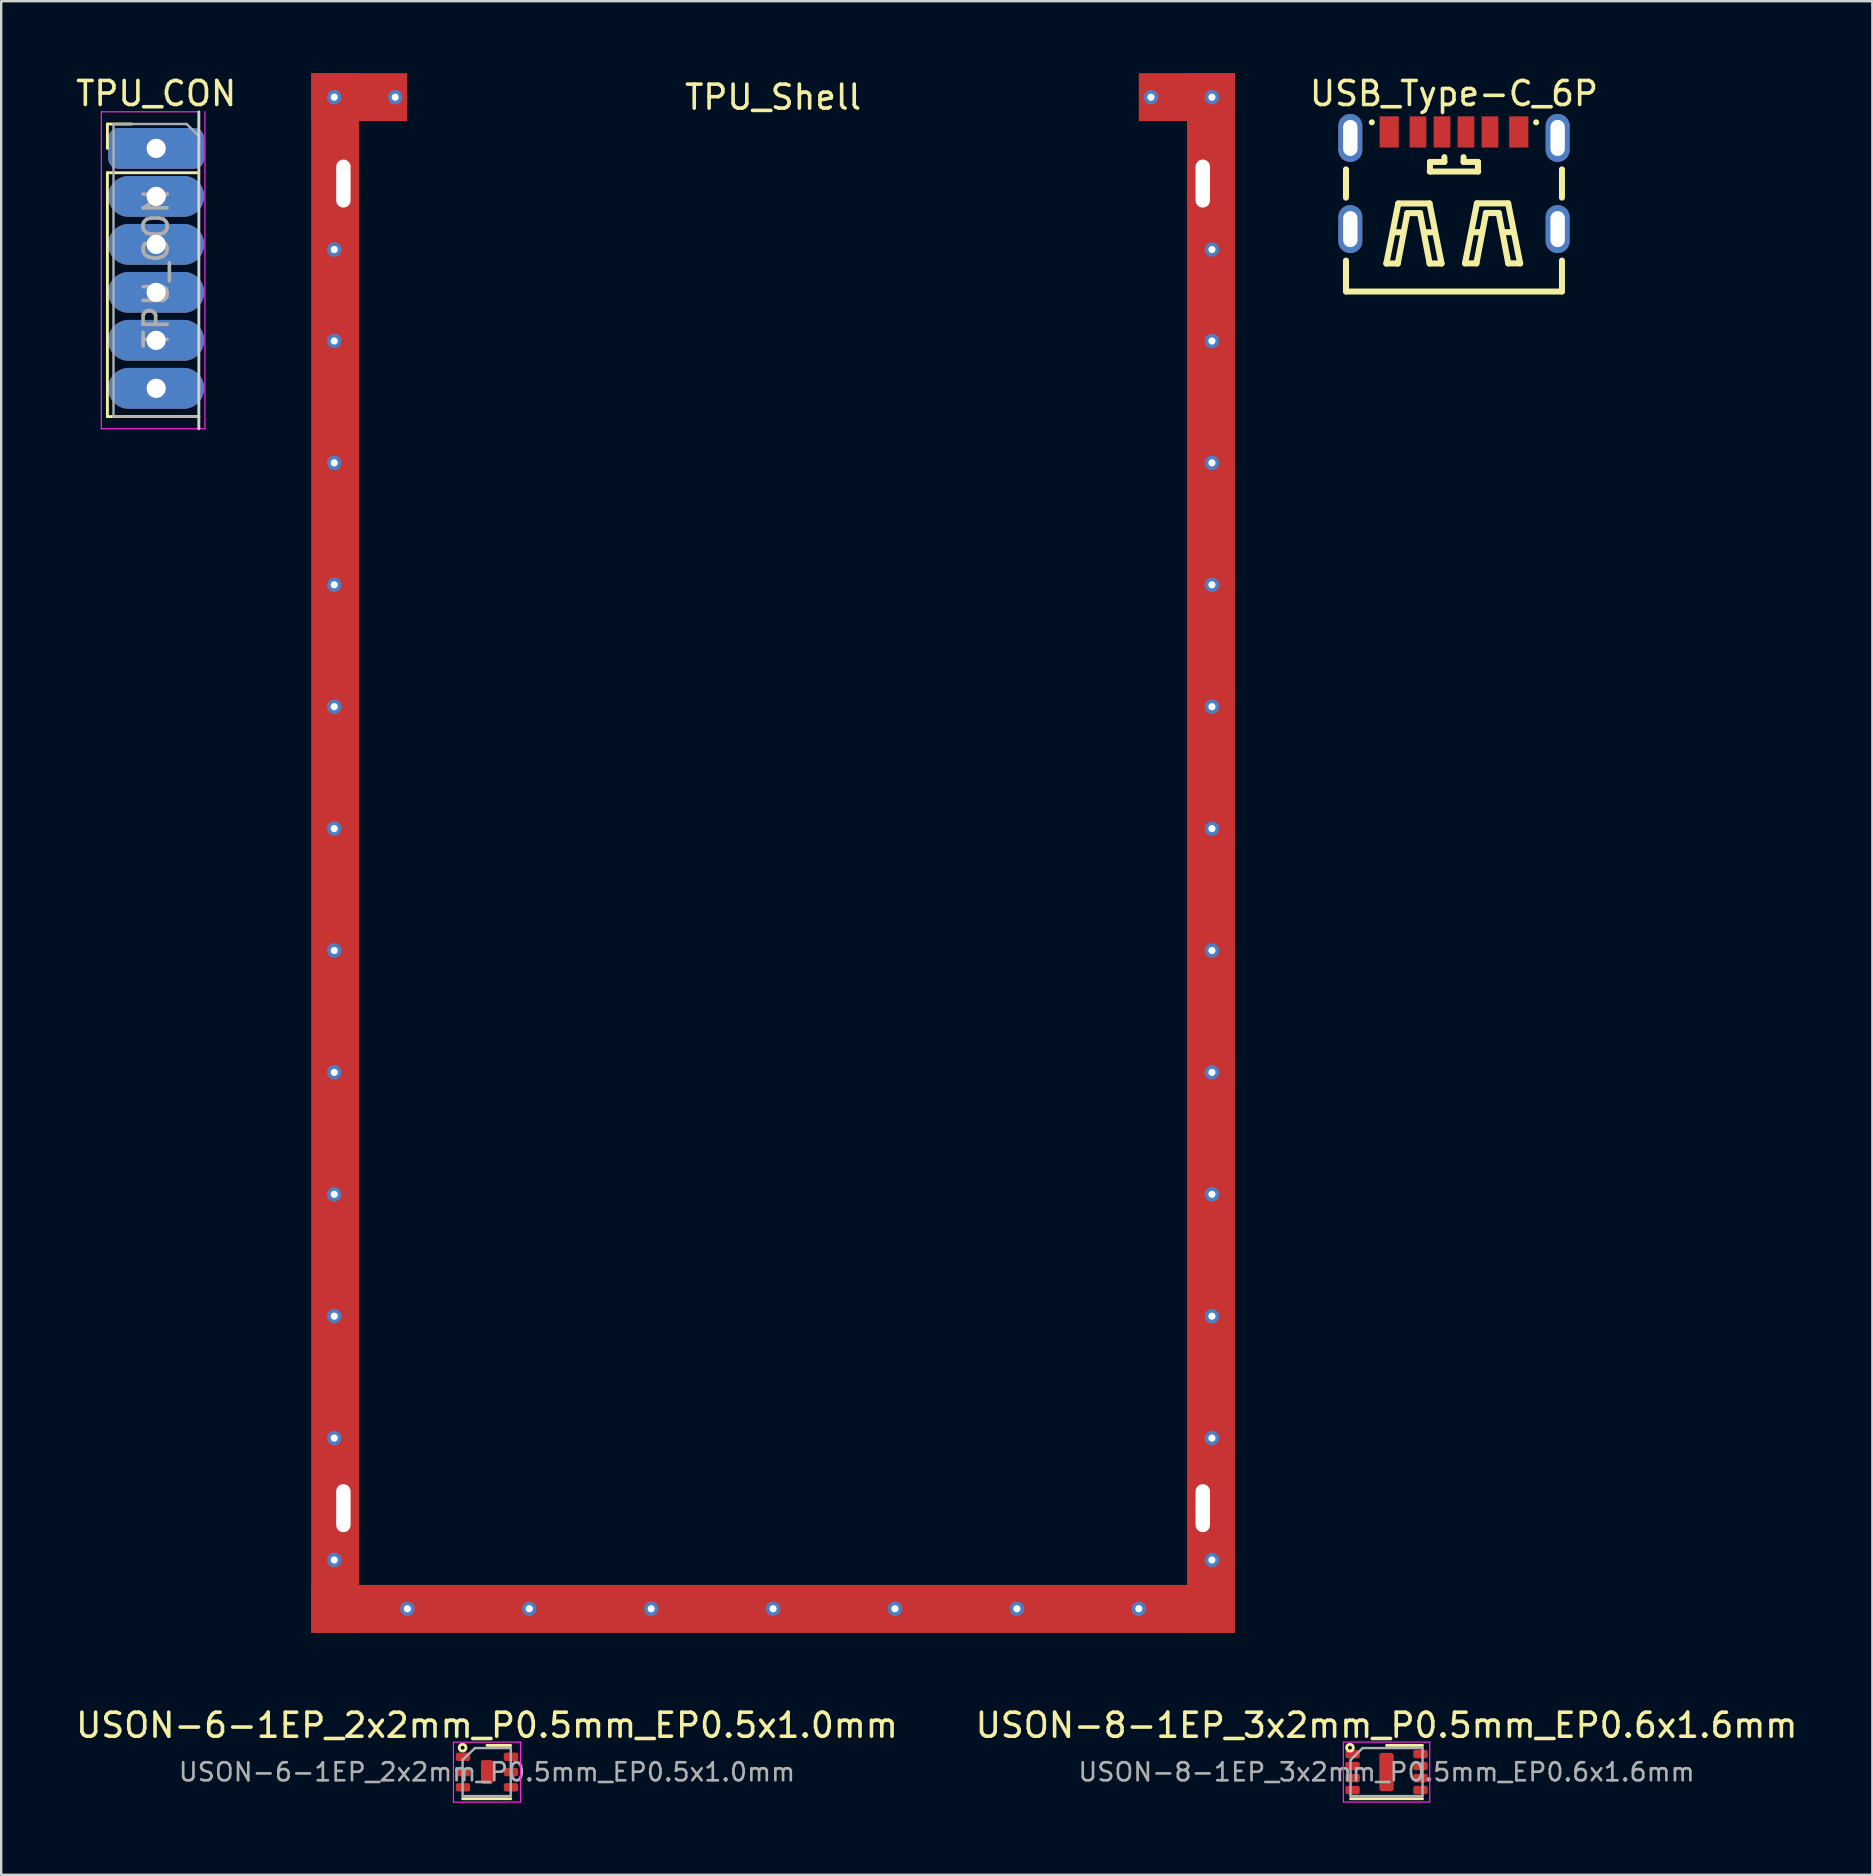
<source format=kicad_pcb>
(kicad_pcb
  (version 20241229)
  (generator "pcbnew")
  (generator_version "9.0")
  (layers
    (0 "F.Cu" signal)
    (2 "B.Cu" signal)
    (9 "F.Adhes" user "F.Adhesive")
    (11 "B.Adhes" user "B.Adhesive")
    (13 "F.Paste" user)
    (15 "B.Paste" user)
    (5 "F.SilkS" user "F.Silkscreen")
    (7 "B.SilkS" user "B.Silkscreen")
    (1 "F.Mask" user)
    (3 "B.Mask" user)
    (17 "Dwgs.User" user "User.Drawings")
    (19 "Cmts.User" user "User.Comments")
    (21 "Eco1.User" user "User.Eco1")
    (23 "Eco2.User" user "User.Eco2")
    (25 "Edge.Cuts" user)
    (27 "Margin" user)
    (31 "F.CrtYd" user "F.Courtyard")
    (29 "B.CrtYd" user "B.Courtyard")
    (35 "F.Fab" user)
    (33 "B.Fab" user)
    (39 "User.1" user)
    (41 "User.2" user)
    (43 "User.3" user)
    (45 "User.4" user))
  (footprint "USON-8-1EP_3x2mm_P0.5mm_EP0.6x1.6mm"
    (layer "F.Cu")
    (at 54.732 70.798)
    (property "Reference" "USON-8-1EP_3x2mm_P0.5mm_EP0.6x1.6mm" (at 0 -1.95 0) (layer "F.SilkS") (effects (font (size 1 1) (thickness 0.15))))
    (attr smd)
    (fp_line (start -1.5 1.11) (end 1.5 1.11) (stroke (width 0.12) (type solid)) (layer "F.SilkS"))
    (fp_line (start 0 -1.11) (end 1.5 -1.11) (stroke (width 0.12) (type solid)) (layer "F.SilkS"))
    (fp_circle (center -1.524 -1.016) (end -1.651 -1.079) (stroke (width 0.12) (type solid)) (fill no) (layer "F.SilkS"))
    (fp_line (start -1.8 -1.25) (end -1.8 1.25) (stroke (width 0.05) (type solid)) (layer "F.CrtYd"))
    (fp_line (start -1.8 1.25) (end 1.8 1.25) (stroke (width 0.05) (type solid)) (layer "F.CrtYd"))
    (fp_line (start 1.8 -1.25) (end -1.8 -1.25) (stroke (width 0.05) (type solid)) (layer "F.CrtYd"))
    (fp_line (start 1.8 1.25) (end 1.8 -1.25) (stroke (width 0.05) (type solid)) (layer "F.CrtYd"))
    (fp_line (start -1.5 -0.5) (end -1 -1) (stroke (width 0.1) (type solid)) (layer "F.Fab"))
    (fp_line (start -1.5 1) (end -1.5 -0.5) (stroke (width 0.1) (type solid)) (layer "F.Fab"))
    (fp_line (start -1 -1) (end 1.5 -1) (stroke (width 0.1) (type solid)) (layer "F.Fab"))
    (fp_line (start 1.5 -1) (end 1.5 1) (stroke (width 0.1) (type solid)) (layer "F.Fab"))
    (fp_line (start 1.5 1) (end -1.5 1) (stroke (width 0.1) (type solid)) (layer "F.Fab"))
    (fp_text user "${REFERENCE}" (at 0 0 0) (layer "F.Fab") (effects (font (size 0.75 0.75) (thickness 0.11))))
    (pad "1" smd roundrect (at -1.415 -0.75) (size 0.6 0.35) (layers "F.Cu" "F.Mask" "F.Paste") (roundrect_rratio 0.25))
    (pad "2" smd roundrect (at -1.415 -0.25) (size 0.6 0.35) (layers "F.Cu" "F.Mask" "F.Paste") (roundrect_rratio 0.25))
    (pad "3" smd roundrect (at -1.415 0.25) (size 0.6 0.35) (layers "F.Cu" "F.Mask" "F.Paste") (roundrect_rratio 0.25))
    (pad "4" smd roundrect (at -1.415 0.75) (size 0.6 0.35) (layers "F.Cu" "F.Mask" "F.Paste") (roundrect_rratio 0.25))
    (pad "5" smd roundrect (at 1.415 0.75) (size 0.6 0.35) (layers "F.Cu" "F.Mask" "F.Paste") (roundrect_rratio 0.25))
    (pad "6" smd roundrect (at 1.415 0.25) (size 0.6 0.35) (layers "F.Cu" "F.Mask" "F.Paste") (roundrect_rratio 0.25))
    (pad "7" smd roundrect (at 1.415 -0.25) (size 0.6 0.35) (layers "F.Cu" "F.Mask" "F.Paste") (roundrect_rratio 0.25))
    (pad "8" smd roundrect (at 1.415 -0.75) (size 0.6 0.35) (layers "F.Cu" "F.Mask" "F.Paste") (roundrect_rratio 0.25))
    (pad "9" smd roundrect (at 0 0) (size 0.6 1.6) (layers "F.Cu" "F.Mask") (roundrect_rratio 0.179)))
  (footprint "TPU_CON"
    (layer "F.Cu")
    (at 3.458 3.134)
    (property "Reference" "TPU_CON" (at 0 -2.286 0) (layer "F.SilkS") (effects (font (size 1 1) (thickness 0.15))))
    (attr through_hole)
    (fp_line (start -2.032 -1.016) (end -2.032 0) (stroke (width 0.12) (type solid)) (layer "F.SilkS"))
    (fp_line (start -2.032 -1.016) (end -1.016 -1.016) (stroke (width 0.12) (type solid)) (layer "F.SilkS"))
    (fp_line (start -2.032 1.016) (end -2.032 11.176) (stroke (width 0.12) (type solid)) (layer "F.SilkS"))
    (fp_line (start -2.032 1.016) (end 1.778 1.016) (stroke (width 0.12) (type solid)) (layer "F.SilkS"))
    (fp_line (start -2.032 11.176) (end 1.778 11.176) (stroke (width 0.12) (type solid)) (layer "F.SilkS"))
    (fp_line (start 1.778 11.684) (end 1.778 -1.524) (stroke (width 0.12) (type solid)) (layer "Edge.Cuts"))
    (fp_line (start -2.286 -1.524) (end 1.778 -1.524) (stroke (width 0.05) (type solid)) (layer "F.CrtYd"))
    (fp_line (start -2.286 11.684) (end -2.286 -1.524) (stroke (width 0.05) (type solid)) (layer "F.CrtYd"))
    (fp_line (start 2.032 -1.524) (end 2.032 11.684) (stroke (width 0.05) (type solid)) (layer "F.CrtYd"))
    (fp_line (start 2.032 11.684) (end -2.286 11.684) (stroke (width 0.05) (type solid)) (layer "F.CrtYd"))
    (fp_line (start -1.778 -1.016) (end 1.27 -1.016) (stroke (width 0.1) (type solid)) (layer "F.Fab"))
    (fp_line (start -1.778 11.176) (end -1.778 -1.016) (stroke (width 0.1) (type solid)) (layer "F.Fab"))
    (fp_line (start 1.27 -1.016) (end 1.77 -0.516) (stroke (width 0.1) (type solid)) (layer "F.Fab"))
    (fp_line (start 1.778 11.176) (end -1.778 11.176) (stroke (width 0.1) (type solid)) (layer "F.Fab"))
    (fp_text user "${REFERENCE}" (at 0 5 90) (layer "F.Fab") (effects (font (size 1 1) (thickness 0.15))))
    (pad "1" thru_hole roundrect (at 0 0) (size 4 1.7) (drill 0.8) (layers "*.Cu" "*.Mask") (roundrect_rratio 0.25))
    (pad "2" thru_hole oval (at 0 2) (size 4 1.7) (drill 0.8) (layers "*.Cu" "*.Mask"))
    (pad "3" thru_hole oval (at 0 4) (size 4 1.7) (drill 0.8) (layers "*.Cu" "*.Mask"))
    (pad "4" thru_hole oval (at 0 6) (size 4 1.7) (drill 0.8) (layers "*.Cu" "*.Mask"))
    (pad "5" thru_hole oval (at 0 8) (size 4 1.7) (drill 0.8) (layers "*.Cu" "*.Mask"))
    (pad "6" thru_hole oval (at 0 10) (size 4 1.7) (drill 0.8) (layers "*.Cu" "*.Mask")))
  (footprint "USB_Type-C_6P"
    (layer "F.Cu")
    (at 57.542 4.598)
    (property "Reference" "USB_Type-C_6P" (at 0 -3.75 0) (layer "F.SilkS") (effects (font (size 1 1) (thickness 0.15))))
    (attr through_hole)
    (fp_line (start -4.5 0.589) (end -4.5 -0.589) (stroke (width 0.25) (type solid)) (layer "F.SilkS"))
    (fp_line (start -4.5 4.5) (end -4.5 3.211) (stroke (width 0.25) (type solid)) (layer "F.SilkS"))
    (fp_line (start -4.5 4.5) (end 4.5 4.5) (stroke (width 0.25) (type solid)) (layer "F.SilkS"))
    (fp_line (start -3.425 -2.55) (end -3.424 -2.55) (stroke (width 0.25) (type solid)) (layer "F.SilkS"))
    (fp_line (start -2.818 3.333) (end -2.32 0.831) (stroke (width 0.254) (type solid)) (layer "F.SilkS"))
    (fp_line (start -2.518 2.033) (end -2.119 2.033) (stroke (width 0.254) (type solid)) (layer "F.SilkS"))
    (fp_line (start -2.343 3.333) (end -2.818 3.333) (stroke (width 0.254) (type solid)) (layer "F.SilkS"))
    (fp_line (start -2.32 0.831) (end -1.019 0.831) (stroke (width 0.254) (type solid)) (layer "F.SilkS"))
    (fp_line (start -1.941 1.233) (end -2.343 3.333) (stroke (width 0.254) (type solid)) (layer "F.SilkS"))
    (fp_line (start -1.413 1.233) (end -1.941 1.233) (stroke (width 0.254) (type solid)) (layer "F.SilkS"))
    (fp_line (start -1.219 2.032) (end -0.819 2.032) (stroke (width 0.254) (type solid)) (layer "F.SilkS"))
    (fp_line (start -1.019 0.831) (end -0.519 3.333) (stroke (width 0.254) (type solid)) (layer "F.SilkS"))
    (fp_line (start -1.014 3.333) (end -1.413 1.233) (stroke (width 0.254) (type solid)) (layer "F.SilkS"))
    (fp_line (start -1.01 -0.5) (end 1.01 -0.5) (stroke (width 0.25) (type solid)) (layer "F.SilkS"))
    (fp_line (start -1 -0.9) (end -0.4 -0.9) (stroke (width 0.25) (type solid)) (layer "F.SilkS"))
    (fp_line (start -1 -0.5) (end -1 -0.9) (stroke (width 0.25) (type solid)) (layer "F.SilkS"))
    (fp_line (start -0.519 3.333) (end -1.014 3.333) (stroke (width 0.254) (type solid)) (layer "F.SilkS"))
    (fp_line (start -0.4 -0.9) (end -0.4 -1.1) (stroke (width 0.25) (type solid)) (layer "F.SilkS"))
    (fp_line (start 0.4 -0.9) (end 0.4 -1.1) (stroke (width 0.25) (type solid)) (layer "F.SilkS"))
    (fp_line (start 0.459 3.328) (end 0.957 0.826) (stroke (width 0.254) (type solid)) (layer "F.SilkS"))
    (fp_line (start 0.759 2.028) (end 1.158 2.028) (stroke (width 0.254) (type solid)) (layer "F.SilkS"))
    (fp_line (start 0.934 3.328) (end 0.459 3.328) (stroke (width 0.254) (type solid)) (layer "F.SilkS"))
    (fp_line (start 0.957 0.826) (end 2.257 0.826) (stroke (width 0.254) (type solid)) (layer "F.SilkS"))
    (fp_line (start 1 -0.9) (end 0.4 -0.9) (stroke (width 0.25) (type solid)) (layer "F.SilkS"))
    (fp_line (start 1 -0.5) (end 1 -0.9) (stroke (width 0.25) (type solid)) (layer "F.SilkS"))
    (fp_line (start 1.335 1.228) (end 0.934 3.328) (stroke (width 0.254) (type solid)) (layer "F.SilkS"))
    (fp_line (start 1.864 1.228) (end 1.335 1.228) (stroke (width 0.254) (type solid)) (layer "F.SilkS"))
    (fp_line (start 2.058 2.027) (end 2.458 2.027) (stroke (width 0.254) (type solid)) (layer "F.SilkS"))
    (fp_line (start 2.257 0.826) (end 2.758 3.328) (stroke (width 0.254) (type solid)) (layer "F.SilkS"))
    (fp_line (start 2.263 3.328) (end 1.864 1.228) (stroke (width 0.254) (type solid)) (layer "F.SilkS"))
    (fp_line (start 2.758 3.328) (end 2.263 3.328) (stroke (width 0.254) (type solid)) (layer "F.SilkS"))
    (fp_line (start 3.424 -2.55) (end 3.425 -2.55) (stroke (width 0.25) (type solid)) (layer "F.SilkS"))
    (fp_line (start 4.5 0.589) (end 4.5 -0.589) (stroke (width 0.25) (type solid)) (layer "F.SilkS"))
    (fp_line (start 4.5 4.5) (end 4.5 3.211) (stroke (width 0.25) (type solid)) (layer "F.SilkS"))
    (pad "A1" smd rect (at 2.7 -2.15) (size 0.8 1.3) (layers "F.Cu" "F.Mask" "F.Paste"))
    (pad "A5" smd rect (at -0.5 -2.15) (size 0.7 1.3) (layers "F.Cu" "F.Mask" "F.Paste"))
    (pad "A9" smd rect (at 1.5 -2.15) (size 0.7 1.3) (layers "F.Cu" "F.Mask" "F.Paste"))
    (pad "B1" smd rect (at -2.7 -2.15) (size 0.8 1.3) (layers "F.Cu" "F.Mask" "F.Paste"))
    (pad "B5" smd rect (at 0.5 -2.15) (size 0.7 1.3) (layers "F.Cu" "F.Mask" "F.Paste"))
    (pad "B9" smd rect (at -1.5 -2.15) (size 0.7 1.3) (layers "F.Cu" "F.Mask" "F.Paste"))
    (pad "S1" thru_hole oval (at -4.32 -1.9) (size 1 2) (drill oval 0.6 1.5) (layers "*.Cu" "*.Mask"))
    (pad "S1" thru_hole oval (at -4.32 1.9) (size 1 2) (drill oval 0.6 1.5) (layers "*.Cu" "*.Mask"))
    (pad "S1" thru_hole oval (at 4.32 -1.9) (size 1 2) (drill oval 0.6 1.5) (layers "*.Cu" "*.Mask"))
    (pad "S1" thru_hole oval (at 4.32 1.9) (size 1 2) (drill oval 0.6 1.5) (layers "*.Cu" "*.Mask")))
  (footprint "USON-6-1EP_2x2mm_P0.5mm_EP0.5x1.0mm"
    (layer "F.Cu")
    (at 17.244 70.798)
    (property "Reference" "USON-6-1EP_2x2mm_P0.5mm_EP0.5x1.0mm" (at 0 -1.95 0) (layer "F.SilkS") (effects (font (size 1 1) (thickness 0.15))))
    (attr smd)
    (fp_line (start -1.016 1.11) (end 0.991 1.11) (stroke (width 0.12) (type solid)) (layer "F.SilkS"))
    (fp_line (start 0 -1.11) (end 0.991 -1.11) (stroke (width 0.12) (type solid)) (layer "F.SilkS"))
    (fp_circle (center -1.016 -1.016) (end -0.889 -0.953) (stroke (width 0.12) (type solid)) (fill no) (layer "F.SilkS"))
    (fp_line (start -1.397 -1.245) (end -1.397 1.255) (stroke (width 0.05) (type solid)) (layer "F.CrtYd"))
    (fp_line (start -1.397 1.255) (end 1.397 1.25) (stroke (width 0.05) (type solid)) (layer "F.CrtYd"))
    (fp_line (start 1.397 -1.25) (end -1.397 -1.245) (stroke (width 0.05) (type solid)) (layer "F.CrtYd"))
    (fp_line (start 1.397 1.25) (end 1.397 -1.25) (stroke (width 0.05) (type solid)) (layer "F.CrtYd"))
    (fp_line (start -1.016 -0.508) (end -0.508 -0.991) (stroke (width 0.1) (type solid)) (layer "F.Fab"))
    (fp_line (start -1.016 1) (end -1.016 -0.5) (stroke (width 0.1) (type solid)) (layer "F.Fab"))
    (fp_line (start -0.508 -1) (end 0.991 -1) (stroke (width 0.1) (type solid)) (layer "F.Fab"))
    (fp_line (start 0.991 -1) (end 0.991 1) (stroke (width 0.1) (type solid)) (layer "F.Fab"))
    (fp_line (start 0.991 1) (end -1.016 1) (stroke (width 0.1) (type solid)) (layer "F.Fab"))
    (fp_text user "${REFERENCE}" (at 0 0 0) (layer "F.Fab") (effects (font (size 0.75 0.75) (thickness 0.11))))
    (pad "1" smd roundrect (at -1 -0.635) (size 0.6 0.35) (layers "F.Cu" "F.Mask" "F.Paste") (roundrect_rratio 0.25))
    (pad "2" smd roundrect (at -1 0) (size 0.6 0.35) (layers "F.Cu" "F.Mask" "F.Paste") (roundrect_rratio 0.25))
    (pad "3" smd roundrect (at -1 0.635) (size 0.6 0.35) (layers "F.Cu" "F.Mask" "F.Paste") (roundrect_rratio 0.25))
    (pad "4" smd roundrect (at 1 0.635 180) (size 0.6 0.35) (layers "F.Cu" "F.Mask" "F.Paste") (roundrect_rratio 0.25))
    (pad "5" smd roundrect (at 1 0) (size 0.6 0.35) (layers "F.Cu" "F.Mask" "F.Paste") (roundrect_rratio 0.25))
    (pad "6" smd roundrect (at 1 -0.635) (size 0.6 0.35) (layers "F.Cu" "F.Mask" "F.Paste") (roundrect_rratio 0.25))
    (pad "7" smd roundrect (at 0 0) (size 0.5 1) (layers "F.Cu" "F.Mask") (roundrect_rratio 0.179)))
  (footprint "TPU_Shell"
    (layer "F.Cu")
    (at 29.167 1)
    (property "Reference" "TPU_Shell" (at 0 0 0) (layer "F.SilkS") (effects (font (size 1 1) (thickness 0.15))))
    (attr through_hole)
    (pad "" np_thru_hole oval (at -17.907 3.6) (size 0.6 2) (drill oval 0.6 2) (layers "*.Cu" "*.Mask"))
    (pad "" np_thru_hole oval (at -17.907 58.801) (size 0.6 2) (drill oval 0.6 2) (layers "*.Cu" "*.Mask"))
    (pad "" np_thru_hole oval (at 17.907 3.6) (size 0.6 2) (drill oval 0.6 2) (layers "*.Cu" "*.Mask"))
    (pad "" np_thru_hole oval (at 17.907 58.801) (size 0.6 2) (drill oval 0.6 2) (layers "*.Cu" "*.Mask"))
    (pad "1" thru_hole circle (at -18.288 0) (size 0.6 0.6) (drill 0.3) (layers "*.Cu" "*.Mask"))
    (pad "1" thru_hole circle (at -18.288 6.35) (size 0.6 0.6) (drill 0.3) (layers "*.Cu" "*.Mask"))
    (pad "1" thru_hole circle (at -18.288 10.16) (size 0.6 0.6) (drill 0.3) (layers "*.Cu" "*.Mask"))
    (pad "1" thru_hole circle (at -18.288 15.24) (size 0.6 0.6) (drill 0.3) (layers "*.Cu" "*.Mask"))
    (pad "1" thru_hole circle (at -18.288 20.32) (size 0.6 0.6) (drill 0.3) (layers "*.Cu" "*.Mask"))
    (pad "1" thru_hole circle (at -18.288 25.4) (size 0.6 0.6) (drill 0.3) (layers "*.Cu" "*.Mask"))
    (pad "1" thru_hole circle (at -18.288 30.48) (size 0.6 0.6) (drill 0.3) (layers "*.Cu" "*.Mask"))
    (pad "1" thru_hole circle (at -18.288 35.56) (size 0.6 0.6) (drill 0.3) (layers "*.Cu" "*.Mask"))
    (pad "1" thru_hole circle (at -18.288 40.64) (size 0.6 0.6) (drill 0.3) (layers "*.Cu" "*.Mask"))
    (pad "1" thru_hole circle (at -18.288 45.72) (size 0.6 0.6) (drill 0.3) (layers "*.Cu" "*.Mask"))
    (pad "1" thru_hole circle (at -18.288 50.8) (size 0.6 0.6) (drill 0.3) (layers "*.Cu" "*.Mask"))
    (pad "1" thru_hole circle (at -18.288 55.88) (size 0.6 0.6) (drill 0.3) (layers "*.Cu" "*.Mask"))
    (pad "1" thru_hole circle (at -18.288 60.96) (size 0.6 0.6) (drill 0.3) (layers "*.Cu" "*.Mask"))
    (pad "1" smd rect (at -18.25 31.5) (size 2 65) (layers "F.Cu" "F.Mask" "F.Paste"))
    (pad "1" smd rect (at -17.247 0) (size 4 2) (layers "F.Cu" "F.Mask" "F.Paste"))
    (pad "1" thru_hole circle (at -15.748 0) (size 0.6 0.6) (drill 0.3) (layers "*.Cu" "*.Mask"))
    (pad "1" thru_hole circle (at -15.24 62.992) (size 0.6 0.6) (drill 0.3) (layers "*.Cu" "*.Mask"))
    (pad "1" thru_hole circle (at -10.16 62.992) (size 0.6 0.6) (drill 0.3) (layers "*.Cu" "*.Mask"))
    (pad "1" thru_hole circle (at -5.08 62.992) (size 0.6 0.6) (drill 0.3) (layers "*.Cu" "*.Mask"))
    (pad "1" thru_hole circle (at 0 62.992) (size 0.6 0.6) (drill 0.3) (layers "*.Cu" "*.Mask"))
    (pad "1" smd rect (at 0 63) (size 38.5 2) (layers "F.Cu" "F.Mask" "F.Paste"))
    (pad "1" thru_hole circle (at 5.08 62.992) (size 0.6 0.6) (drill 0.3) (layers "*.Cu" "*.Mask"))
    (pad "1" thru_hole circle (at 10.16 62.992) (size 0.6 0.6) (drill 0.3) (layers "*.Cu" "*.Mask"))
    (pad "1" thru_hole circle (at 15.24 62.992) (size 0.6 0.6) (drill 0.3) (layers "*.Cu" "*.Mask"))
    (pad "1" thru_hole circle (at 15.748 0) (size 0.6 0.6) (drill 0.3) (layers "*.Cu" "*.Mask"))
    (pad "1" smd rect (at 17.24 0) (size 4 2) (layers "F.Cu" "F.Mask" "F.Paste"))
    (pad "1" smd rect (at 18.25 31.5) (size 2 65) (layers "F.Cu" "F.Mask" "F.Paste"))
    (pad "1" thru_hole circle (at 18.288 0) (size 0.6 0.6) (drill 0.3) (layers "*.Cu" "*.Mask"))
    (pad "1" thru_hole circle (at 18.288 6.35) (size 0.6 0.6) (drill 0.3) (layers "*.Cu" "*.Mask"))
    (pad "1" thru_hole circle (at 18.288 10.16) (size 0.6 0.6) (drill 0.3) (layers "*.Cu" "*.Mask"))
    (pad "1" thru_hole circle (at 18.288 15.24) (size 0.6 0.6) (drill 0.3) (layers "*.Cu" "*.Mask"))
    (pad "1" thru_hole circle (at 18.288 20.32) (size 0.6 0.6) (drill 0.3) (layers "*.Cu" "*.Mask"))
    (pad "1" thru_hole circle (at 18.288 25.4) (size 0.6 0.6) (drill 0.3) (layers "*.Cu" "*.Mask"))
    (pad "1" thru_hole circle (at 18.288 30.48) (size 0.6 0.6) (drill 0.3) (layers "*.Cu" "*.Mask"))
    (pad "1" thru_hole circle (at 18.288 35.56) (size 0.6 0.6) (drill 0.3) (layers "*.Cu" "*.Mask"))
    (pad "1" thru_hole circle (at 18.288 40.64) (size 0.6 0.6) (drill 0.3) (layers "*.Cu" "*.Mask"))
    (pad "1" thru_hole circle (at 18.288 45.72) (size 0.6 0.6) (drill 0.3) (layers "*.Cu" "*.Mask"))
    (pad "1" thru_hole circle (at 18.288 50.8) (size 0.6 0.6) (drill 0.3) (layers "*.Cu" "*.Mask"))
    (pad "1" thru_hole circle (at 18.288 55.88) (size 0.6 0.6) (drill 0.3) (layers "*.Cu" "*.Mask"))
    (pad "1" thru_hole circle (at 18.288 60.96) (size 0.6 0.6) (drill 0.3) (layers "*.Cu" "*.Mask")))
  (gr_rect
    (start -3 -3)
    (end 74.976 75.079)
    (stroke (width 0.1) (type default))
    (fill no)
    (layer "Edge.Cuts")))
</source>
